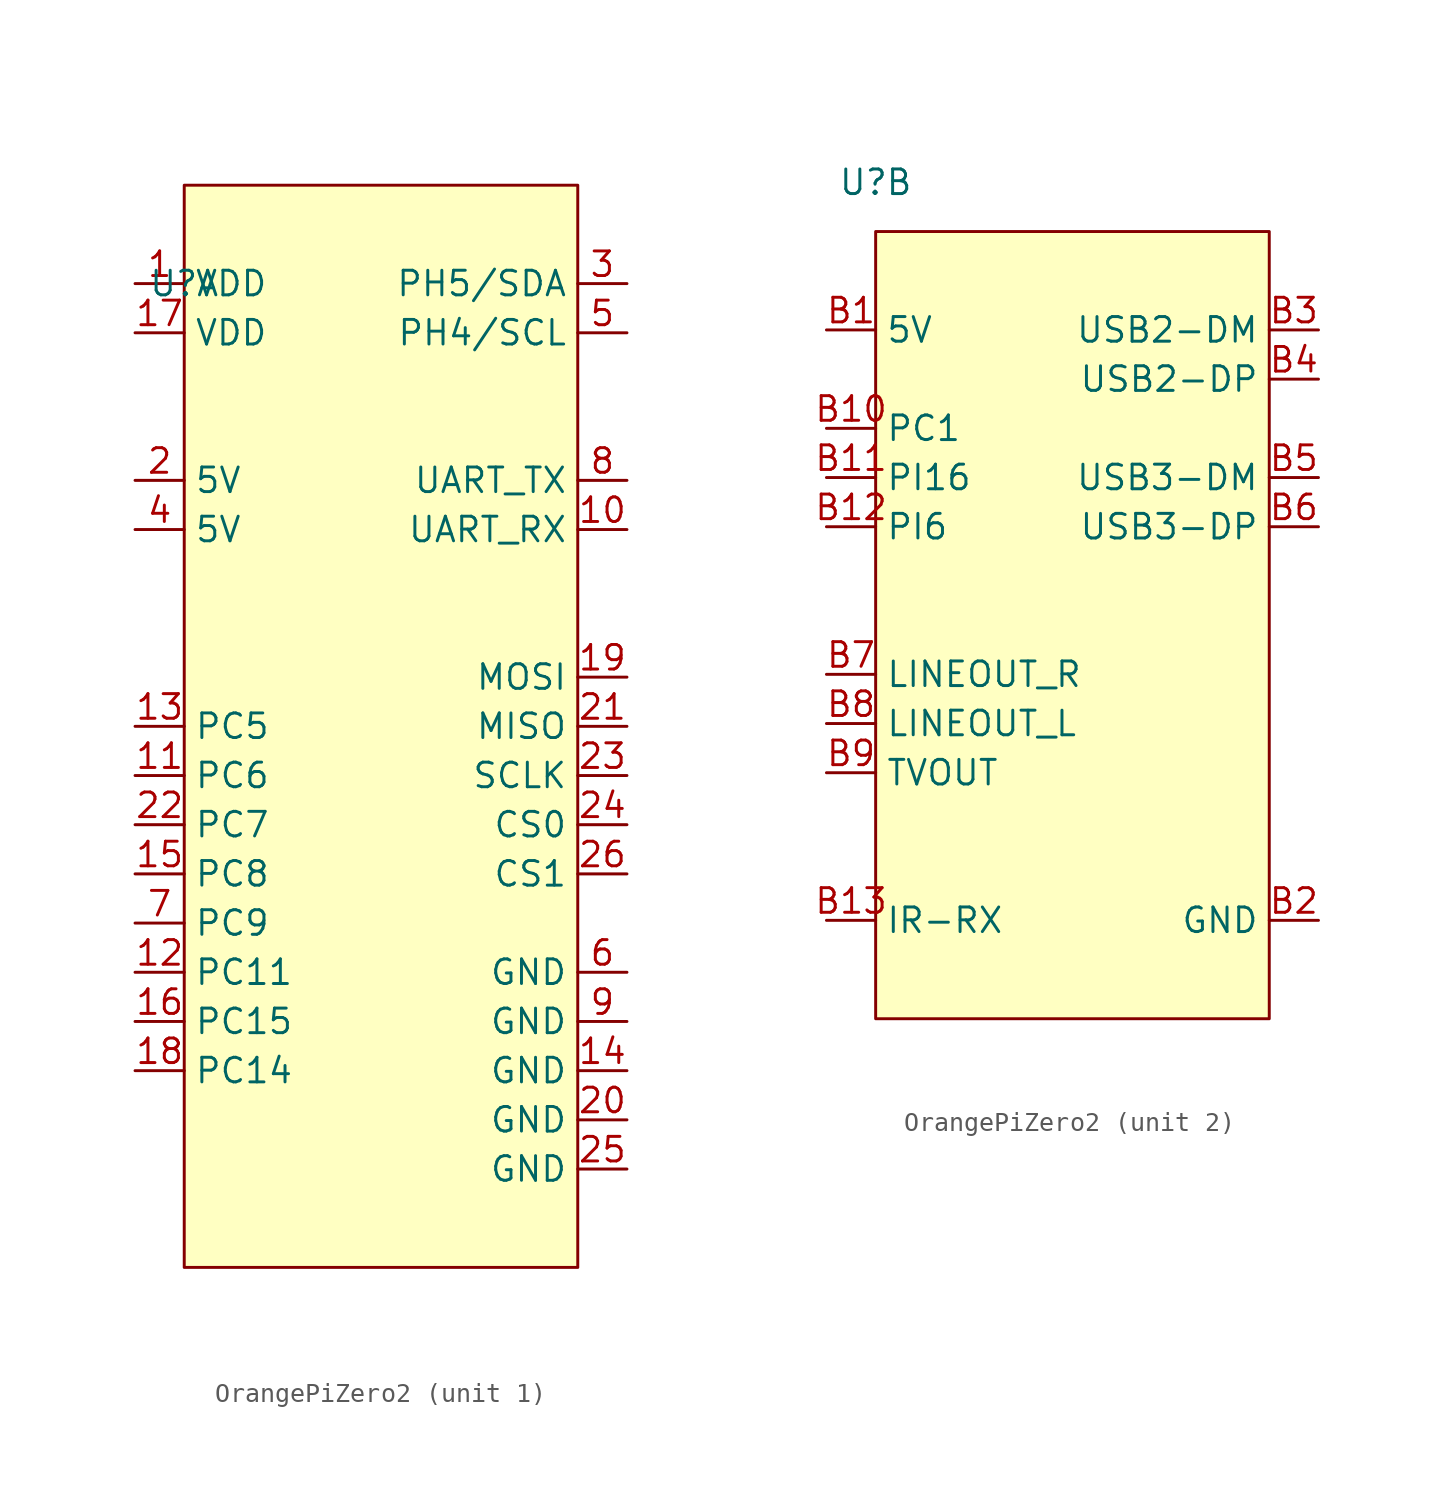
<source format=kicad_sym>
(kicad_symbol_lib
  (version 20220914)
  (generator kicad_symbol_editor)
  (symbol "OrangePiZero2"
    (property "Reference" "U"
      (at -10.16 22.86 0)
      (effects (font (size 1.27 1.27))))
    (property "Value" ""
      (at 12.7 -10.16 0)
      (effects (font (size 1.27 1.27))))
    (property "ki_locked" ""
      (at 0 0 0)
      (effects (font (size 1.27 1.27))))
    (symbol "OrangePiZero2_1_0"
      (pin unspecified line (at -12.7 22.86 0) (length 2.54) (name "VDD" (effects (font (size 1.27 1.27)))) (number "1" (effects (font (size 1.27 1.27)))))
      (pin unspecified line (at 12.7 10.16 180) (length 2.54) (name "UART_RX" (effects (font (size 1.27 1.27)))) (number "10" (effects (font (size 1.27 1.27)))))
      (pin unspecified line (at -12.7 -2.54 0) (length 2.54) (name "PC6" (effects (font (size 1.27 1.27)))) (number "11" (effects (font (size 1.27 1.27)))))
      (pin unspecified line (at -12.7 -12.7 0) (length 2.54) (name "PC11" (effects (font (size 1.27 1.27)))) (number "12" (effects (font (size 1.27 1.27)))))
      (pin unspecified line (at -12.7 0 0) (length 2.54) (name "PC5" (effects (font (size 1.27 1.27)))) (number "13" (effects (font (size 1.27 1.27)))))
      (pin unspecified line (at 12.7 -17.78 180) (length 2.54) (name "GND" (effects (font (size 1.27 1.27)))) (number "14" (effects (font (size 1.27 1.27)))))
      (pin unspecified line (at -12.7 -7.62 0) (length 2.54) (name "PC8" (effects (font (size 1.27 1.27)))) (number "15" (effects (font (size 1.27 1.27)))))
      (pin unspecified line (at -12.7 -15.24 0) (length 2.54) (name "PC15" (effects (font (size 1.27 1.27)))) (number "16" (effects (font (size 1.27 1.27)))))
      (pin unspecified line (at -12.7 20.32 0) (length 2.54) (name "VDD" (effects (font (size 1.27 1.27)))) (number "17" (effects (font (size 1.27 1.27)))))
      (pin unspecified line (at -12.7 -17.78 0) (length 2.54) (name "PC14" (effects (font (size 1.27 1.27)))) (number "18" (effects (font (size 1.27 1.27)))))
      (pin unspecified line (at 12.7 2.54 180) (length 2.54) (name "MOSI" (effects (font (size 1.27 1.27)))) (number "19" (effects (font (size 1.27 1.27)))))
      (pin unspecified line (at -12.7 12.7 0) (length 2.54) (name "5V" (effects (font (size 1.27 1.27)))) (number "2" (effects (font (size 1.27 1.27)))))
      (pin unspecified line (at 12.7 -20.32 180) (length 2.54) (name "GND" (effects (font (size 1.27 1.27)))) (number "20" (effects (font (size 1.27 1.27)))))
      (pin unspecified line (at 12.7 0 180) (length 2.54) (name "MISO" (effects (font (size 1.27 1.27)))) (number "21" (effects (font (size 1.27 1.27)))))
      (pin unspecified line (at -12.7 -5.08 0) (length 2.54) (name "PC7" (effects (font (size 1.27 1.27)))) (number "22" (effects (font (size 1.27 1.27)))))
      (pin unspecified line (at 12.7 -2.54 180) (length 2.54) (name "SCLK" (effects (font (size 1.27 1.27)))) (number "23" (effects (font (size 1.27 1.27)))))
      (pin unspecified line (at 12.7 -5.08 180) (length 2.54) (name "CS0" (effects (font (size 1.27 1.27)))) (number "24" (effects (font (size 1.27 1.27)))))
      (pin unspecified line (at 12.7 -22.86 180) (length 2.54) (name "GND" (effects (font (size 1.27 1.27)))) (number "25" (effects (font (size 1.27 1.27)))))
      (pin unspecified line (at 12.7 -7.62 180) (length 2.54) (name "CS1" (effects (font (size 1.27 1.27)))) (number "26" (effects (font (size 1.27 1.27)))))
      (pin unspecified line (at 12.7 22.86 180) (length 2.54) (name "PH5/SDA" (effects (font (size 1.27 1.27)))) (number "3" (effects (font (size 1.27 1.27)))))
      (pin unspecified line (at -12.7 10.16 0) (length 2.54) (name "5V" (effects (font (size 1.27 1.27)))) (number "4" (effects (font (size 1.27 1.27)))))
      (pin unspecified line (at 12.7 20.32 180) (length 2.54) (name "PH4/SCL" (effects (font (size 1.27 1.27)))) (number "5" (effects (font (size 1.27 1.27)))))
      (pin unspecified line (at 12.7 -12.7 180) (length 2.54) (name "GND" (effects (font (size 1.27 1.27)))) (number "6" (effects (font (size 1.27 1.27)))))
      (pin unspecified line (at -12.7 -10.16 0) (length 2.54) (name "PC9" (effects (font (size 1.27 1.27)))) (number "7" (effects (font (size 1.27 1.27)))))
      (pin unspecified line (at 12.7 12.7 180) (length 2.54) (name "UART_TX" (effects (font (size 1.27 1.27)))) (number "8" (effects (font (size 1.27 1.27)))))
      (pin unspecified line (at 12.7 -15.24 180) (length 2.54) (name "GND" (effects (font (size 1.27 1.27)))) (number "9" (effects (font (size 1.27 1.27))))))
    (symbol "OrangePiZero2_1_1"
      (rectangle (start -10.16 27.94) (end 10.16 -27.94) (stroke (width 0) (type default)) (fill (type background))))
    (symbol "OrangePiZero2_2_0"
      (pin unspecified line (at -12.7 15.24 0) (length 2.54) (name "5V" (effects (font (size 1.27 1.27)))) (number "B1" (effects (font (size 1.27 1.27)))))
      (pin unspecified line (at -12.7 10.16 0) (length 2.54) (name "PC1" (effects (font (size 1.27 1.27)))) (number "B10" (effects (font (size 1.27 1.27)))))
      (pin unspecified line (at -12.7 7.62 0) (length 2.54) (name "PI16" (effects (font (size 1.27 1.27)))) (number "B11" (effects (font (size 1.27 1.27)))))
      (pin unspecified line (at -12.7 5.08 0) (length 2.54) (name "PI6" (effects (font (size 1.27 1.27)))) (number "B12" (effects (font (size 1.27 1.27)))))
      (pin unspecified line (at -12.7 -15.24 0) (length 2.54) (name "IR-RX" (effects (font (size 1.27 1.27)))) (number "B13" (effects (font (size 1.27 1.27)))))
      (pin unspecified line (at 12.7 -15.24 180) (length 2.54) (name "GND" (effects (font (size 1.27 1.27)))) (number "B2" (effects (font (size 1.27 1.27)))))
      (pin unspecified line (at 12.7 15.24 180) (length 2.54) (name "USB2-DM" (effects (font (size 1.27 1.27)))) (number "B3" (effects (font (size 1.27 1.27)))))
      (pin unspecified line (at 12.7 12.7 180) (length 2.54) (name "USB2-DP" (effects (font (size 1.27 1.27)))) (number "B4" (effects (font (size 1.27 1.27)))))
      (pin unspecified line (at 12.7 7.62 180) (length 2.54) (name "USB3-DM" (effects (font (size 1.27 1.27)))) (number "B5" (effects (font (size 1.27 1.27)))))
      (pin unspecified line (at 12.7 5.08 180) (length 2.54) (name "USB3-DP" (effects (font (size 1.27 1.27)))) (number "B6" (effects (font (size 1.27 1.27)))))
      (pin unspecified line (at -12.7 -2.54 0) (length 2.54) (name "LINEOUT_R" (effects (font (size 1.27 1.27)))) (number "B7" (effects (font (size 1.27 1.27)))))
      (pin unspecified line (at -12.7 -5.08 0) (length 2.54) (name "LINEOUT_L" (effects (font (size 1.27 1.27)))) (number "B8" (effects (font (size 1.27 1.27)))))
      (pin unspecified line (at -12.7 -7.62 0) (length 2.54) (name "TVOUT" (effects (font (size 1.27 1.27)))) (number "B9" (effects (font (size 1.27 1.27))))))
    (symbol "OrangePiZero2_2_1"
      (rectangle (start -10.16 20.32) (end 10.16 -20.32) (stroke (width 0) (type default)) (fill (type background))))))
</source>
